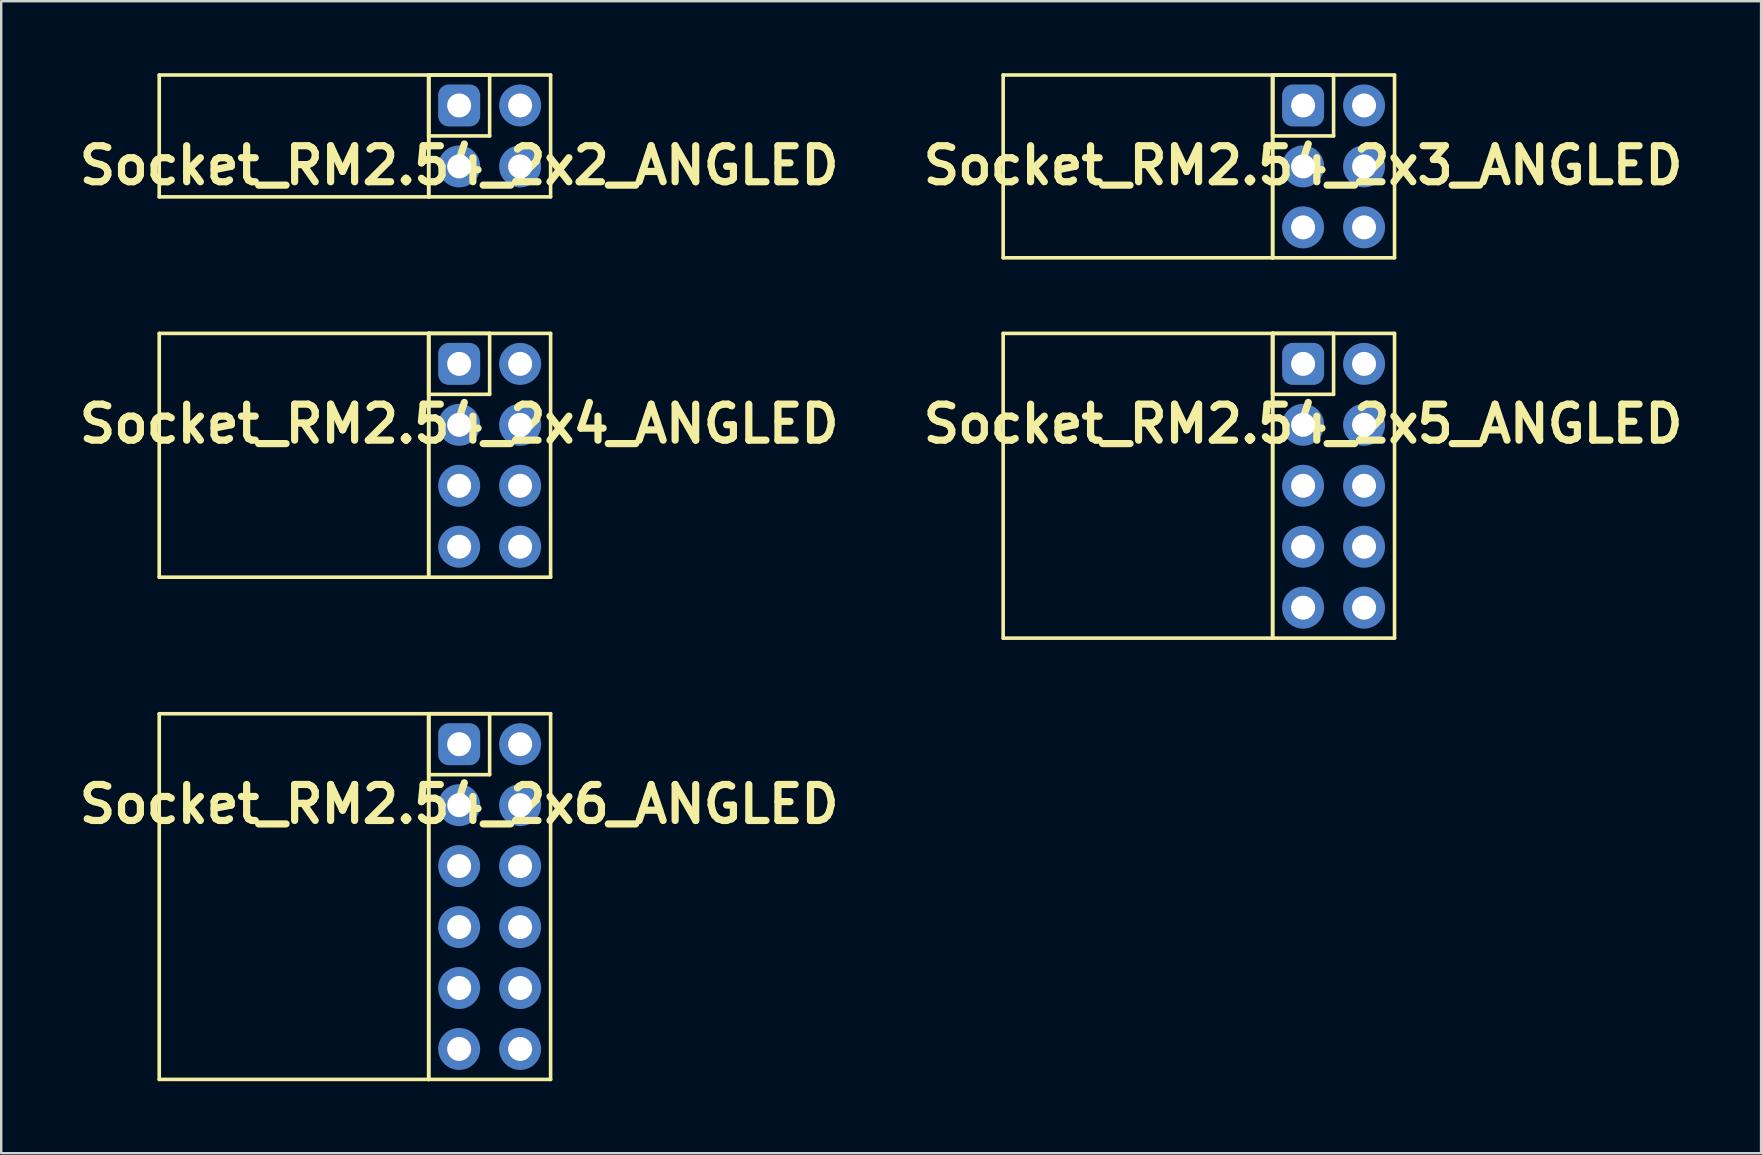
<source format=kicad_pcb>
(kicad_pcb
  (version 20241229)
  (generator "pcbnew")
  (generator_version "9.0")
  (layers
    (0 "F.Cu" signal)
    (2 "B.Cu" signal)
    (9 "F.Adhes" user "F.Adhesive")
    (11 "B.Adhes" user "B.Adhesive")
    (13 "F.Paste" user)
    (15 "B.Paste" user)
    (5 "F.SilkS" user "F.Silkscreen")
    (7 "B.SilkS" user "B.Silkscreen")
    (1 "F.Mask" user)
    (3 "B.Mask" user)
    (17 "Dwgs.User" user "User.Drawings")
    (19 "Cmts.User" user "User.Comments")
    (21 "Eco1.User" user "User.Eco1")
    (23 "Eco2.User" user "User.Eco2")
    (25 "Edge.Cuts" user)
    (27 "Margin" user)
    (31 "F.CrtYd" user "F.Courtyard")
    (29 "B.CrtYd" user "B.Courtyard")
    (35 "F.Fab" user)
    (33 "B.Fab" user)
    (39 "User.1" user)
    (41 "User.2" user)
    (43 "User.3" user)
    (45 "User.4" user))
  (footprint "Socket_RM2.54_2x2_ANGLED"
    (layer "F.Cu")
    (at 16.086 1.345)
    (property "Reference" "Socket_RM2.54_2x2_ANGLED" (at 0 2.5 0) (layer "F.SilkS") (effects (font (size 1.5 1.5) (thickness 0.3))))
    (attr through_hole)
    (fp_line (start -12.5 -1.27) (end -1.27 -1.27) (stroke (width 0.15) (type solid)) (layer "F.SilkS"))
    (fp_line (start -12.5 3.81) (end -12.5 -1.27) (stroke (width 0.15) (type solid)) (layer "F.SilkS"))
    (fp_line (start -1.27 -1.27) (end -1.27 3.81) (stroke (width 0.15) (type solid)) (layer "F.SilkS"))
    (fp_line (start -1.27 -1.27) (end 1.27 -1.27) (stroke (width 0.15) (type solid)) (layer "F.SilkS"))
    (fp_line (start -1.27 -1.27) (end 3.81 -1.27) (stroke (width 0.15) (type solid)) (layer "F.SilkS"))
    (fp_line (start -1.27 1.27) (end -1.27 -1.27) (stroke (width 0.15) (type solid)) (layer "F.SilkS"))
    (fp_line (start -1.27 3.81) (end -12.5 3.81) (stroke (width 0.15) (type solid)) (layer "F.SilkS"))
    (fp_line (start -1.27 3.81) (end -1.27 -1.27) (stroke (width 0.15) (type solid)) (layer "F.SilkS"))
    (fp_line (start 1.27 -1.27) (end 1.27 1.27) (stroke (width 0.15) (type solid)) (layer "F.SilkS"))
    (fp_line (start 1.27 1.27) (end -1.27 1.27) (stroke (width 0.15) (type solid)) (layer "F.SilkS"))
    (fp_line (start 3.81 -1.27) (end 3.81 3.81) (stroke (width 0.15) (type solid)) (layer "F.SilkS"))
    (fp_line (start 3.81 3.81) (end -1.27 3.81) (stroke (width 0.15) (type solid)) (layer "F.SilkS"))
    (pad "1" thru_hole circle (at 0 0) (size 1.3 1.3) (drill 1) (layers "*.Cu" "*.Mask"))
    (pad "1" smd roundrect (at 0 0) (size 1.5 1.5) (layers "F.Cu" "F.Mask") (roundrect_rratio 0.25))
    (pad "1" smd roundrect (at 0 0) (size 1.75 1.75) (layers "B.Cu" "B.Mask") (roundrect_rratio 0.25))
    (pad "2" thru_hole circle (at 2.54 0) (size 1.3 1.3) (drill 1) (layers "*.Cu" "*.Mask"))
    (pad "2" smd circle (at 2.54 0) (size 1.5 1.5) (layers "F.Cu" "F.Mask"))
    (pad "2" smd circle (at 2.54 0) (size 1.75 1.75) (layers "B.Cu" "B.Mask"))
    (pad "3" thru_hole circle (at 0 2.54) (size 1.3 1.3) (drill 1) (layers "*.Cu" "*.Mask"))
    (pad "3" smd circle (at 0 2.54) (size 1.5 1.5) (layers "F.Cu" "F.Mask"))
    (pad "3" smd circle (at 0 2.54) (size 1.75 1.75) (layers "B.Cu" "B.Mask"))
    (pad "4" thru_hole circle (at 2.54 2.54) (size 1.3 1.3) (drill 1) (layers "*.Cu" "*.Mask"))
    (pad "4" smd circle (at 2.54 2.54) (size 1.5 1.5) (layers "F.Cu" "F.Mask"))
    (pad "4" smd circle (at 2.54 2.54) (size 1.75 1.75) (layers "B.Cu" "B.Mask")))
  (footprint "Socket_RM2.54_2x5_ANGLED"
    (layer "F.Cu")
    (at 51.257 12.115)
    (property "Reference" "Socket_RM2.54_2x5_ANGLED" (at 0 2.5 0) (layer "F.SilkS") (effects (font (size 1.5 1.5) (thickness 0.3))))
    (attr through_hole)
    (fp_line (start -12.5 -1.27) (end -1.27 -1.27) (stroke (width 0.15) (type solid)) (layer "F.SilkS"))
    (fp_line (start -12.5 11.43) (end -12.5 -1.27) (stroke (width 0.15) (type solid)) (layer "F.SilkS"))
    (fp_line (start -1.27 -1.27) (end -1.27 11.43) (stroke (width 0.15) (type solid)) (layer "F.SilkS"))
    (fp_line (start -1.27 -1.27) (end 1.27 -1.27) (stroke (width 0.15) (type solid)) (layer "F.SilkS"))
    (fp_line (start -1.27 -1.27) (end 3.81 -1.27) (stroke (width 0.15) (type solid)) (layer "F.SilkS"))
    (fp_line (start -1.27 1.27) (end -1.27 -1.27) (stroke (width 0.15) (type solid)) (layer "F.SilkS"))
    (fp_line (start -1.27 11.43) (end -12.5 11.43) (stroke (width 0.15) (type solid)) (layer "F.SilkS"))
    (fp_line (start -1.27 11.43) (end -1.27 -1.27) (stroke (width 0.15) (type solid)) (layer "F.SilkS"))
    (fp_line (start 1.27 -1.27) (end 1.27 1.27) (stroke (width 0.15) (type solid)) (layer "F.SilkS"))
    (fp_line (start 1.27 1.27) (end -1.27 1.27) (stroke (width 0.15) (type solid)) (layer "F.SilkS"))
    (fp_line (start 3.81 -1.27) (end 3.81 11.43) (stroke (width 0.15) (type solid)) (layer "F.SilkS"))
    (fp_line (start 3.81 11.43) (end -1.27 11.43) (stroke (width 0.15) (type solid)) (layer "F.SilkS"))
    (pad "1" thru_hole circle (at 0 0) (size 1.3 1.3) (drill 1) (layers "*.Cu" "*.Mask"))
    (pad "1" smd roundrect (at 0 0) (size 1.5 1.5) (layers "F.Cu" "F.Mask") (roundrect_rratio 0.25))
    (pad "1" smd roundrect (at 0 0) (size 1.75 1.75) (layers "B.Cu" "B.Mask") (roundrect_rratio 0.25))
    (pad "2" thru_hole circle (at 2.54 0) (size 1.3 1.3) (drill 1) (layers "*.Cu" "*.Mask"))
    (pad "2" smd circle (at 2.54 0) (size 1.5 1.5) (layers "F.Cu" "F.Mask"))
    (pad "2" smd circle (at 2.54 0) (size 1.75 1.75) (layers "B.Cu" "B.Mask"))
    (pad "3" thru_hole circle (at 0 2.54) (size 1.3 1.3) (drill 1) (layers "*.Cu" "*.Mask"))
    (pad "3" smd circle (at 0 2.54) (size 1.5 1.5) (layers "F.Cu" "F.Mask"))
    (pad "3" smd circle (at 0 2.54) (size 1.75 1.75) (layers "B.Cu" "B.Mask"))
    (pad "4" thru_hole circle (at 2.54 2.54) (size 1.3 1.3) (drill 1) (layers "*.Cu" "*.Mask"))
    (pad "4" smd circle (at 2.54 2.54) (size 1.5 1.5) (layers "F.Cu" "F.Mask"))
    (pad "4" smd circle (at 2.54 2.54) (size 1.75 1.75) (layers "B.Cu" "B.Mask"))
    (pad "5" thru_hole circle (at 0 5.08) (size 1.3 1.3) (drill 1) (layers "*.Cu" "*.Mask"))
    (pad "5" smd circle (at 0 5.08) (size 1.5 1.5) (layers "F.Cu" "F.Mask"))
    (pad "5" smd circle (at 0 5.08) (size 1.75 1.75) (layers "B.Cu" "B.Mask"))
    (pad "6" thru_hole circle (at 2.54 5.08) (size 1.3 1.3) (drill 1) (layers "*.Cu" "*.Mask"))
    (pad "6" smd circle (at 2.54 5.08) (size 1.5 1.5) (layers "F.Cu" "F.Mask"))
    (pad "6" smd circle (at 2.54 5.08) (size 1.75 1.75) (layers "B.Cu" "B.Mask"))
    (pad "7" thru_hole circle (at 0 7.62) (size 1.3 1.3) (drill 1) (layers "*.Cu" "*.Mask"))
    (pad "7" smd circle (at 0 7.62) (size 1.5 1.5) (layers "F.Cu" "F.Mask"))
    (pad "7" smd circle (at 0 7.62) (size 1.75 1.75) (layers "B.Cu" "B.Mask"))
    (pad "8" thru_hole circle (at 2.54 7.62) (size 1.3 1.3) (drill 1) (layers "*.Cu" "*.Mask"))
    (pad "8" smd circle (at 2.54 7.62) (size 1.5 1.5) (layers "F.Cu" "F.Mask"))
    (pad "8" smd circle (at 2.54 7.62) (size 1.75 1.75) (layers "B.Cu" "B.Mask"))
    (pad "9" thru_hole circle (at 0 10.16) (size 1.3 1.3) (drill 1) (layers "*.Cu" "*.Mask"))
    (pad "9" smd circle (at 0 10.16) (size 1.5 1.5) (layers "F.Cu" "F.Mask"))
    (pad "9" smd circle (at 0 10.16) (size 1.75 1.75) (layers "B.Cu" "B.Mask"))
    (pad "10" thru_hole circle (at 2.54 10.16) (size 1.3 1.3) (drill 1) (layers "*.Cu" "*.Mask"))
    (pad "10" smd circle (at 2.54 10.16) (size 1.5 1.5) (layers "F.Cu" "F.Mask"))
    (pad "10" smd circle (at 2.54 10.16) (size 1.75 1.75) (layers "B.Cu" "B.Mask")))
  (footprint "Socket_RM2.54_2x4_ANGLED"
    (layer "F.Cu")
    (at 16.086 12.115)
    (property "Reference" "Socket_RM2.54_2x4_ANGLED" (at 0 2.5 0) (layer "F.SilkS") (effects (font (size 1.5 1.5) (thickness 0.3))))
    (attr through_hole)
    (fp_line (start -12.5 -1.27) (end -1.27 -1.27) (stroke (width 0.15) (type solid)) (layer "F.SilkS"))
    (fp_line (start -12.5 8.89) (end -12.5 -1.27) (stroke (width 0.15) (type solid)) (layer "F.SilkS"))
    (fp_line (start -1.27 -1.27) (end -1.27 8.89) (stroke (width 0.15) (type solid)) (layer "F.SilkS"))
    (fp_line (start -1.27 -1.27) (end 1.27 -1.27) (stroke (width 0.15) (type solid)) (layer "F.SilkS"))
    (fp_line (start -1.27 -1.27) (end 3.81 -1.27) (stroke (width 0.15) (type solid)) (layer "F.SilkS"))
    (fp_line (start -1.27 1.27) (end -1.27 -1.27) (stroke (width 0.15) (type solid)) (layer "F.SilkS"))
    (fp_line (start -1.27 8.89) (end -12.5 8.89) (stroke (width 0.15) (type solid)) (layer "F.SilkS"))
    (fp_line (start -1.27 8.89) (end -1.27 -1.27) (stroke (width 0.15) (type solid)) (layer "F.SilkS"))
    (fp_line (start 1.27 -1.27) (end 1.27 1.27) (stroke (width 0.15) (type solid)) (layer "F.SilkS"))
    (fp_line (start 1.27 1.27) (end -1.27 1.27) (stroke (width 0.15) (type solid)) (layer "F.SilkS"))
    (fp_line (start 3.81 -1.27) (end 3.81 8.89) (stroke (width 0.15) (type solid)) (layer "F.SilkS"))
    (fp_line (start 3.81 8.89) (end -1.27 8.89) (stroke (width 0.15) (type solid)) (layer "F.SilkS"))
    (pad "1" thru_hole circle (at 0 0) (size 1.3 1.3) (drill 1) (layers "*.Cu" "*.Mask"))
    (pad "1" smd roundrect (at 0 0) (size 1.5 1.5) (layers "F.Cu" "F.Mask") (roundrect_rratio 0.25))
    (pad "1" smd roundrect (at 0 0) (size 1.75 1.75) (layers "B.Cu" "B.Mask") (roundrect_rratio 0.25))
    (pad "2" thru_hole circle (at 2.54 0) (size 1.3 1.3) (drill 1) (layers "*.Cu" "*.Mask"))
    (pad "2" smd circle (at 2.54 0) (size 1.5 1.5) (layers "F.Cu" "F.Mask"))
    (pad "2" smd circle (at 2.54 0) (size 1.75 1.75) (layers "B.Cu" "B.Mask"))
    (pad "3" thru_hole circle (at 0 2.54) (size 1.3 1.3) (drill 1) (layers "*.Cu" "*.Mask"))
    (pad "3" smd circle (at 0 2.54) (size 1.5 1.5) (layers "F.Cu" "F.Mask"))
    (pad "3" smd circle (at 0 2.54) (size 1.75 1.75) (layers "B.Cu" "B.Mask"))
    (pad "4" thru_hole circle (at 2.54 2.54) (size 1.3 1.3) (drill 1) (layers "*.Cu" "*.Mask"))
    (pad "4" smd circle (at 2.54 2.54) (size 1.5 1.5) (layers "F.Cu" "F.Mask"))
    (pad "4" smd circle (at 2.54 2.54) (size 1.75 1.75) (layers "B.Cu" "B.Mask"))
    (pad "5" thru_hole circle (at 0 5.08) (size 1.3 1.3) (drill 1) (layers "*.Cu" "*.Mask"))
    (pad "5" smd circle (at 0 5.08) (size 1.5 1.5) (layers "F.Cu" "F.Mask"))
    (pad "5" smd circle (at 0 5.08) (size 1.75 1.75) (layers "B.Cu" "B.Mask"))
    (pad "6" thru_hole circle (at 2.54 5.08) (size 1.3 1.3) (drill 1) (layers "*.Cu" "*.Mask"))
    (pad "6" smd circle (at 2.54 5.08) (size 1.5 1.5) (layers "F.Cu" "F.Mask"))
    (pad "6" smd circle (at 2.54 5.08) (size 1.75 1.75) (layers "B.Cu" "B.Mask"))
    (pad "7" thru_hole circle (at 0 7.62) (size 1.3 1.3) (drill 1) (layers "*.Cu" "*.Mask"))
    (pad "7" smd circle (at 0 7.62) (size 1.5 1.5) (layers "F.Cu" "F.Mask"))
    (pad "7" smd circle (at 0 7.62) (size 1.75 1.75) (layers "B.Cu" "B.Mask"))
    (pad "8" thru_hole circle (at 2.54 7.62) (size 1.3 1.3) (drill 1) (layers "*.Cu" "*.Mask"))
    (pad "8" smd circle (at 2.54 7.62) (size 1.5 1.5) (layers "F.Cu" "F.Mask"))
    (pad "8" smd circle (at 2.54 7.62) (size 1.75 1.75) (layers "B.Cu" "B.Mask")))
  (footprint "Socket_RM2.54_2x6_ANGLED"
    (layer "F.Cu")
    (at 16.086 27.965)
    (property "Reference" "Socket_RM2.54_2x6_ANGLED" (at 0 2.5 0) (layer "F.SilkS") (effects (font (size 1.5 1.5) (thickness 0.3))))
    (attr through_hole)
    (fp_line (start -12.5 -1.27) (end -1.27 -1.27) (stroke (width 0.15) (type solid)) (layer "F.SilkS"))
    (fp_line (start -12.5 13.97) (end -12.5 -1.27) (stroke (width 0.15) (type solid)) (layer "F.SilkS"))
    (fp_line (start -1.27 -1.27) (end -1.27 13.97) (stroke (width 0.15) (type solid)) (layer "F.SilkS"))
    (fp_line (start -1.27 -1.27) (end 1.27 -1.27) (stroke (width 0.15) (type solid)) (layer "F.SilkS"))
    (fp_line (start -1.27 -1.27) (end 3.81 -1.27) (stroke (width 0.15) (type solid)) (layer "F.SilkS"))
    (fp_line (start -1.27 1.27) (end -1.27 -1.27) (stroke (width 0.15) (type solid)) (layer "F.SilkS"))
    (fp_line (start -1.27 13.97) (end -12.5 13.97) (stroke (width 0.15) (type solid)) (layer "F.SilkS"))
    (fp_line (start -1.27 13.97) (end -1.27 -1.27) (stroke (width 0.15) (type solid)) (layer "F.SilkS"))
    (fp_line (start 1.27 -1.27) (end 1.27 1.27) (stroke (width 0.15) (type solid)) (layer "F.SilkS"))
    (fp_line (start 1.27 1.27) (end -1.27 1.27) (stroke (width 0.15) (type solid)) (layer "F.SilkS"))
    (fp_line (start 3.81 -1.27) (end 3.81 13.97) (stroke (width 0.15) (type solid)) (layer "F.SilkS"))
    (fp_line (start 3.81 13.97) (end -1.27 13.97) (stroke (width 0.15) (type solid)) (layer "F.SilkS"))
    (pad "1" thru_hole circle (at 0 0) (size 1.3 1.3) (drill 1) (layers "*.Cu" "*.Mask"))
    (pad "1" smd roundrect (at 0 0) (size 1.5 1.5) (layers "F.Cu" "F.Mask") (roundrect_rratio 0.25))
    (pad "1" smd roundrect (at 0 0) (size 1.75 1.75) (layers "B.Cu" "B.Mask") (roundrect_rratio 0.25))
    (pad "2" thru_hole circle (at 2.54 0) (size 1.3 1.3) (drill 1) (layers "*.Cu" "*.Mask"))
    (pad "2" smd circle (at 2.54 0) (size 1.5 1.5) (layers "F.Cu" "F.Mask"))
    (pad "2" smd circle (at 2.54 0) (size 1.75 1.75) (layers "B.Cu" "B.Mask"))
    (pad "3" thru_hole circle (at 0 2.54) (size 1.3 1.3) (drill 1) (layers "*.Cu" "*.Mask"))
    (pad "3" smd circle (at 0 2.54) (size 1.5 1.5) (layers "F.Cu" "F.Mask"))
    (pad "3" smd circle (at 0 2.54) (size 1.75 1.75) (layers "B.Cu" "B.Mask"))
    (pad "4" thru_hole circle (at 2.54 2.54) (size 1.3 1.3) (drill 1) (layers "*.Cu" "*.Mask"))
    (pad "4" smd circle (at 2.54 2.54) (size 1.5 1.5) (layers "F.Cu" "F.Mask"))
    (pad "4" smd circle (at 2.54 2.54) (size 1.75 1.75) (layers "B.Cu" "B.Mask"))
    (pad "5" thru_hole circle (at 0 5.08) (size 1.3 1.3) (drill 1) (layers "*.Cu" "*.Mask"))
    (pad "5" smd circle (at 0 5.08) (size 1.5 1.5) (layers "F.Cu" "F.Mask"))
    (pad "5" smd circle (at 0 5.08) (size 1.75 1.75) (layers "B.Cu" "B.Mask"))
    (pad "6" thru_hole circle (at 2.54 5.08) (size 1.3 1.3) (drill 1) (layers "*.Cu" "*.Mask"))
    (pad "6" smd circle (at 2.54 5.08) (size 1.5 1.5) (layers "F.Cu" "F.Mask"))
    (pad "6" smd circle (at 2.54 5.08) (size 1.75 1.75) (layers "B.Cu" "B.Mask"))
    (pad "7" thru_hole circle (at 0 7.62) (size 1.3 1.3) (drill 1) (layers "*.Cu" "*.Mask"))
    (pad "7" smd circle (at 0 7.62) (size 1.5 1.5) (layers "F.Cu" "F.Mask"))
    (pad "7" smd circle (at 0 7.62) (size 1.75 1.75) (layers "B.Cu" "B.Mask"))
    (pad "8" thru_hole circle (at 2.54 7.62) (size 1.3 1.3) (drill 1) (layers "*.Cu" "*.Mask"))
    (pad "8" smd circle (at 2.54 7.62) (size 1.5 1.5) (layers "F.Cu" "F.Mask"))
    (pad "8" smd circle (at 2.54 7.62) (size 1.75 1.75) (layers "B.Cu" "B.Mask"))
    (pad "9" thru_hole circle (at 0 10.16) (size 1.3 1.3) (drill 1) (layers "*.Cu" "*.Mask"))
    (pad "9" smd circle (at 0 10.16) (size 1.5 1.5) (layers "F.Cu" "F.Mask"))
    (pad "9" smd circle (at 0 10.16) (size 1.75 1.75) (layers "B.Cu" "B.Mask"))
    (pad "10" thru_hole circle (at 2.54 10.16) (size 1.3 1.3) (drill 1) (layers "*.Cu" "*.Mask"))
    (pad "10" smd circle (at 2.54 10.16) (size 1.5 1.5) (layers "F.Cu" "F.Mask"))
    (pad "10" smd circle (at 2.54 10.16) (size 1.75 1.75) (layers "B.Cu" "B.Mask"))
    (pad "11" thru_hole circle (at 0 12.7) (size 1.3 1.3) (drill 1) (layers "*.Cu" "*.Mask"))
    (pad "11" smd circle (at 0 12.7) (size 1.5 1.5) (layers "F.Cu" "F.Mask"))
    (pad "11" smd circle (at 0 12.7) (size 1.75 1.75) (layers "B.Cu" "B.Mask"))
    (pad "12" thru_hole circle (at 2.54 12.7) (size 1.3 1.3) (drill 1) (layers "*.Cu" "*.Mask"))
    (pad "12" smd circle (at 2.54 12.7) (size 1.5 1.5) (layers "F.Cu" "F.Mask"))
    (pad "12" smd circle (at 2.54 12.7) (size 1.75 1.75) (layers "B.Cu" "B.Mask")))
  (footprint "Socket_RM2.54_2x3_ANGLED"
    (layer "F.Cu")
    (at 51.257 1.345)
    (property "Reference" "Socket_RM2.54_2x3_ANGLED" (at 0 2.5 0) (layer "F.SilkS") (effects (font (size 1.5 1.5) (thickness 0.3))))
    (attr through_hole)
    (fp_line (start -12.5 -1.27) (end -1.27 -1.27) (stroke (width 0.15) (type solid)) (layer "F.SilkS"))
    (fp_line (start -12.5 6.35) (end -12.5 -1.27) (stroke (width 0.15) (type solid)) (layer "F.SilkS"))
    (fp_line (start -1.27 -1.27) (end -1.27 6.35) (stroke (width 0.15) (type solid)) (layer "F.SilkS"))
    (fp_line (start -1.27 -1.27) (end 1.27 -1.27) (stroke (width 0.15) (type solid)) (layer "F.SilkS"))
    (fp_line (start -1.27 -1.27) (end 3.81 -1.27) (stroke (width 0.15) (type solid)) (layer "F.SilkS"))
    (fp_line (start -1.27 1.27) (end -1.27 -1.27) (stroke (width 0.15) (type solid)) (layer "F.SilkS"))
    (fp_line (start -1.27 6.35) (end -12.5 6.35) (stroke (width 0.15) (type solid)) (layer "F.SilkS"))
    (fp_line (start -1.27 6.35) (end -1.27 -1.27) (stroke (width 0.15) (type solid)) (layer "F.SilkS"))
    (fp_line (start 1.27 -1.27) (end 1.27 1.27) (stroke (width 0.15) (type solid)) (layer "F.SilkS"))
    (fp_line (start 1.27 1.27) (end -1.27 1.27) (stroke (width 0.15) (type solid)) (layer "F.SilkS"))
    (fp_line (start 3.81 -1.27) (end 3.81 6.35) (stroke (width 0.15) (type solid)) (layer "F.SilkS"))
    (fp_line (start 3.81 6.35) (end -1.27 6.35) (stroke (width 0.15) (type solid)) (layer "F.SilkS"))
    (pad "1" thru_hole circle (at 0 0) (size 1.3 1.3) (drill 1) (layers "*.Cu" "*.Mask"))
    (pad "1" smd roundrect (at 0 0) (size 1.5 1.5) (layers "F.Cu" "F.Mask") (roundrect_rratio 0.25))
    (pad "1" smd roundrect (at 0 0) (size 1.75 1.75) (layers "B.Cu" "B.Mask") (roundrect_rratio 0.25))
    (pad "2" thru_hole circle (at 2.54 0) (size 1.3 1.3) (drill 1) (layers "*.Cu" "*.Mask"))
    (pad "2" smd circle (at 2.54 0) (size 1.5 1.5) (layers "F.Cu" "F.Mask"))
    (pad "2" smd circle (at 2.54 0) (size 1.75 1.75) (layers "B.Cu" "B.Mask"))
    (pad "3" thru_hole circle (at 0 2.54) (size 1.3 1.3) (drill 1) (layers "*.Cu" "*.Mask"))
    (pad "3" smd circle (at 0 2.54) (size 1.5 1.5) (layers "F.Cu" "F.Mask"))
    (pad "3" smd circle (at 0 2.54) (size 1.75 1.75) (layers "B.Cu" "B.Mask"))
    (pad "4" thru_hole circle (at 2.54 2.54) (size 1.3 1.3) (drill 1) (layers "*.Cu" "*.Mask"))
    (pad "4" smd circle (at 2.54 2.54) (size 1.5 1.5) (layers "F.Cu" "F.Mask"))
    (pad "4" smd circle (at 2.54 2.54) (size 1.75 1.75) (layers "B.Cu" "B.Mask"))
    (pad "5" thru_hole circle (at 0 5.08) (size 1.3 1.3) (drill 1) (layers "*.Cu" "*.Mask"))
    (pad "5" smd circle (at 0 5.08) (size 1.5 1.5) (layers "F.Cu" "F.Mask"))
    (pad "5" smd circle (at 0 5.08) (size 1.75 1.75) (layers "B.Cu" "B.Mask"))
    (pad "6" thru_hole circle (at 2.54 5.08) (size 1.3 1.3) (drill 1) (layers "*.Cu" "*.Mask"))
    (pad "6" smd circle (at 2.54 5.08) (size 1.5 1.5) (layers "F.Cu" "F.Mask"))
    (pad "6" smd circle (at 2.54 5.08) (size 1.75 1.75) (layers "B.Cu" "B.Mask")))
  (gr_rect
    (start -3 -3)
    (end 70.343 45.01)
    (stroke (width 0.1) (type default))
    (fill no)
    (layer "Edge.Cuts")))
</source>
